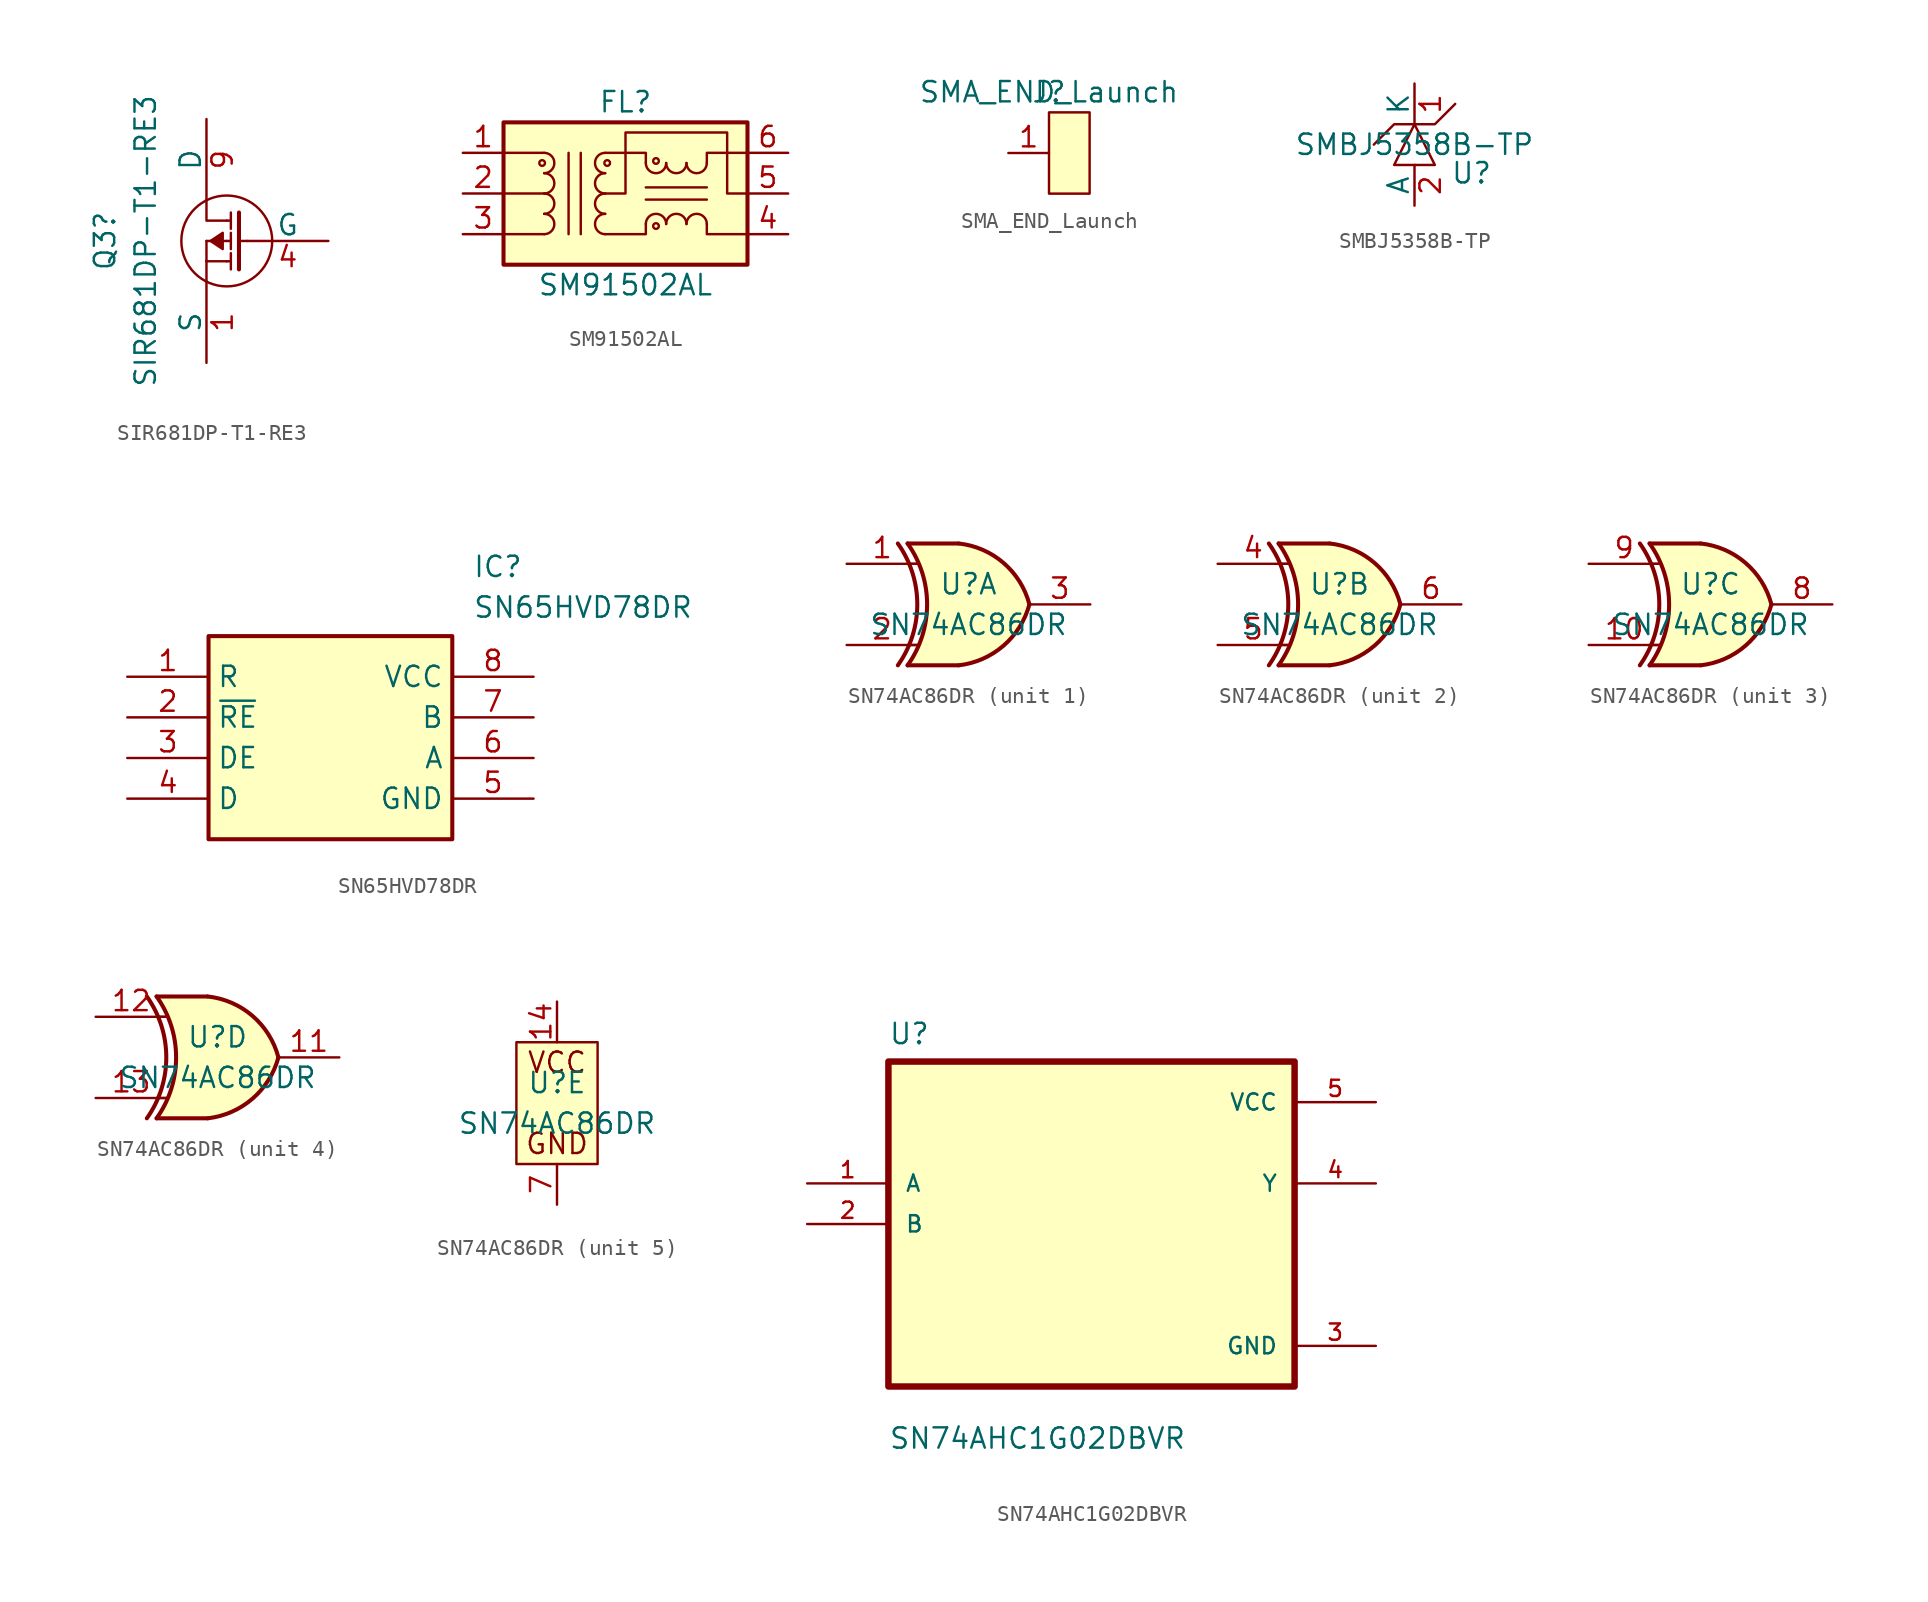
<source format=kicad_sym>
(kicad_symbol_lib
  (version 20231120)
  (generator "kicad_symbol_editor")
  (generator_version "8.0")
  (symbol "SIR681DP-T1-RE3"
    (pin_names
      (offset 0))
    (property "Reference" "Q3"
      (at -7.62 0 90)
      (effects (font (size 1.27 1.27))))
    (property "Value" "SIR681DP-T1-RE3"
      (at -5.08 0 90)
      (effects (font (size 1.27 1.27))))
    (symbol "SIR681DP-T1-RE3_0_1"
      (polyline (pts (xy -1.27 -1.27) (xy -1.27 -2.54)) (stroke (width 0) (type default)) (fill (type none)))
      (polyline (pts (xy -1.27 -1.27) (xy 0 -1.27)) (stroke (width 0) (type default)) (fill (type none)))
      (polyline (pts (xy -1.27 0) (xy -1.27 -1.27)) (stroke (width 0) (type default)) (fill (type none)))
      (polyline (pts (xy -1.27 0) (xy 0 0)) (stroke (width 0) (type default)) (fill (type none)))
      (polyline (pts (xy -1.27 2.54) (xy -1.27 1.27) (xy 0 1.27)) (stroke (width 0) (type default)) (fill (type none)))
      (circle (center 0 0) (radius 2.84) (stroke (width 0) (type default)) (fill (type none))))
    (symbol "SIR681DP-T1-RE3_1_1"
      (polyline (pts (xy 0 -1.27) (xy 0.254 -1.27)) (stroke (width 0) (type default)) (fill (type none)))
      (polyline (pts (xy 0 0) (xy 0.254 0)) (stroke (width 0) (type default)) (fill (type none)))
      (polyline (pts (xy 0 1.27) (xy 0.254 1.27)) (stroke (width 0) (type default)) (fill (type none)))
      (polyline (pts (xy 0.254 -1.778) (xy 0.254 -0.762)) (stroke (width 0) (type default)) (fill (type none)))
      (polyline (pts (xy 0.254 -0.508) (xy 0.254 0.508)) (stroke (width 0) (type default)) (fill (type none)))
      (polyline (pts (xy 0.254 0.762) (xy 0.254 1.778)) (stroke (width 0) (type default)) (fill (type none)))
      (polyline (pts (xy 0.762 0) (xy 1.27 0)) (stroke (width 0) (type default)) (fill (type none)))
      (polyline (pts (xy 0.762 1.778) (xy 0.762 -1.778)) (stroke (width 0.254) (type default)) (fill (type none)))
      (polyline (pts (xy -0.254 0.508) (xy -0.254 -0.508) (xy -1.016 0) (xy -0.254 0.508)) (stroke (width 0) (type default)) (fill (type outline)))
      (pin passive line (at -1.27 -7.62 90) (length 5.08) (name "S" (effects (font (size 1.27 1.27)))) (number "1" (effects (font (size 1.27 1.27)))))
      (pin passive line (at -1.27 -7.62 90) (length 5.08) hide (name "S" (effects (font (size 1.27 1.27)))) (number "2" (effects (font (size 1.27 1.27)))))
      (pin passive line (at -1.27 -7.62 90) (length 5.08) hide (name "S" (effects (font (size 1.27 1.27)))) (number "3" (effects (font (size 1.27 1.27)))))
      (pin passive line (at 6.35 0 180) (length 5.08) (name "G" (effects (font (size 1.27 1.27)))) (number "4" (effects (font (size 1.27 1.27)))))
      (pin passive line (at -1.27 7.62 270) (length 5.08) hide (name "D" (effects (font (size 1.27 1.27)))) (number "5" (effects (font (size 1.27 1.27)))))
      (pin passive line (at -1.27 7.62 270) (length 5.08) hide (name "D" (effects (font (size 1.27 1.27)))) (number "6" (effects (font (size 1.27 1.27)))))
      (pin passive line (at -1.27 7.62 270) (length 5.08) hide (name "D" (effects (font (size 1.27 1.27)))) (number "7" (effects (font (size 1.27 1.27)))))
      (pin passive line (at -1.27 7.62 270) (length 5.08) hide (name "D" (effects (font (size 1.27 1.27)))) (number "8" (effects (font (size 1.27 1.27)))))
      (pin passive line (at -1.27 7.62 270) (length 5.08) (name "D" (effects (font (size 1.27 1.27)))) (number "9" (effects (font (size 1.27 1.27)))))))
  (symbol "SM91502AL"
    (pin_names
      (offset 0.254) hide)
    (property "Reference" "FL"
      (at 0 5.715 0)
      (effects (font (size 1.27 1.27))))
    (property "Value" "SM91502AL"
      (at 0 -5.715 0)
      (effects (font (size 1.27 1.27))))
    (symbol "SM91502AL_1_1"
      (rectangle (start -7.62 4.445) (end 7.62 -4.445) (stroke (width 0.254) (type default)) (fill (type background)))
      (circle (center -5.207 1.905) (radius 0.178) (stroke (width 0) (type default)) (fill (type none)))
      (arc (start -5.08 -2.54) (mid -4.4477 -1.905) (end -5.08 -1.27) (stroke (width 0) (type default)) (fill (type none)))
      (arc (start -5.08 -1.27) (mid -4.4477 -0.635) (end -5.08 0) (stroke (width 0) (type default)) (fill (type none)))
      (arc (start -5.08 0) (mid -4.4477 0.635) (end -5.08 1.27) (stroke (width 0) (type default)) (fill (type none)))
      (arc (start -5.08 1.27) (mid -4.4477 1.905) (end -5.08 2.54) (stroke (width 0) (type default)) (fill (type none)))
      (arc (start -1.27 -1.27) (mid -1.9023 -1.905) (end -1.27 -2.54) (stroke (width 0) (type default)) (fill (type none)))
      (arc (start -1.27 0) (mid -1.9023 -0.635) (end -1.27 -1.27) (stroke (width 0) (type default)) (fill (type none)))
      (arc (start -1.27 1.27) (mid -1.9023 0.635) (end -1.27 0) (stroke (width 0) (type default)) (fill (type none)))
      (arc (start -1.27 2.54) (mid -1.9023 1.905) (end -1.27 1.27) (stroke (width 0) (type default)) (fill (type none)))
      (circle (center -1.143 1.905) (radius 0.178) (stroke (width 0) (type default)) (fill (type none)))
      (polyline (pts (xy -5.08 -2.54) (xy -7.62 -2.54)) (stroke (width 0) (type default)) (fill (type none)))
      (polyline (pts (xy -5.08 0) (xy -7.62 0)) (stroke (width 0) (type default)) (fill (type none)))
      (polyline (pts (xy -5.08 2.54) (xy -7.62 2.54)) (stroke (width 0) (type default)) (fill (type none)))
      (polyline (pts (xy -3.556 -2.54) (xy -3.556 2.54)) (stroke (width 0) (type default)) (fill (type none)))
      (polyline (pts (xy -2.794 2.54) (xy -2.794 -2.54)) (stroke (width 0) (type default)) (fill (type none)))
      (polyline (pts (xy 1.27 -0.381) (xy 5.08 -0.381)) (stroke (width 0) (type default)) (fill (type none)))
      (polyline (pts (xy 1.27 0.381) (xy 5.08 0.381)) (stroke (width 0) (type default)) (fill (type none)))
      (polyline (pts (xy -1.27 -2.54) (xy 1.27 -2.54) (xy 1.27 -1.905)) (stroke (width 0) (type default)) (fill (type none)))
      (polyline (pts (xy 1.27 1.905) (xy 1.27 2.54) (xy -1.27 2.54)) (stroke (width 0) (type default)) (fill (type none)))
      (polyline (pts (xy 5.08 -1.905) (xy 5.08 -2.54) (xy 7.62 -2.54)) (stroke (width 0) (type default)) (fill (type none)))
      (polyline (pts (xy 5.08 1.905) (xy 5.08 2.54) (xy 7.62 2.54)) (stroke (width 0) (type default)) (fill (type none)))
      (polyline (pts (xy -1.27 0) (xy 0 0) (xy 0 3.81) (xy 6.35 3.81) (xy 6.35 0) (xy 7.62 0)) (stroke (width 0) (type default)) (fill (type none)))
      (arc (start 1.27 1.905) (mid 1.905 1.2727) (end 2.54 1.905) (stroke (width 0) (type default)) (fill (type none)))
      (circle (center 1.905 -2.032) (radius 0.178) (stroke (width 0) (type default)) (fill (type none)))
      (circle (center 1.905 2.032) (radius 0.178) (stroke (width 0) (type default)) (fill (type none)))
      (arc (start 2.54 -1.905) (mid 1.905 -1.2727) (end 1.27 -1.905) (stroke (width 0) (type default)) (fill (type none)))
      (arc (start 2.54 1.905) (mid 3.175 1.2727) (end 3.81 1.905) (stroke (width 0) (type default)) (fill (type none)))
      (arc (start 3.81 -1.905) (mid 3.175 -1.2727) (end 2.54 -1.905) (stroke (width 0) (type default)) (fill (type none)))
      (arc (start 3.81 1.905) (mid 4.445 1.2727) (end 5.08 1.905) (stroke (width 0) (type default)) (fill (type none)))
      (arc (start 5.08 -1.905) (mid 4.445 -1.2727) (end 3.81 -1.905) (stroke (width 0) (type default)) (fill (type none)))
      (pin passive line (at -10.16 2.54 0) (length 2.54) (name "1" (effects (font (size 1.27 1.27)))) (number "1" (effects (font (size 1.27 1.27)))))
      (pin passive line (at -10.16 0 0) (length 2.54) (name "2" (effects (font (size 1.27 1.27)))) (number "2" (effects (font (size 1.27 1.27)))))
      (pin passive line (at -10.16 -2.54 0) (length 2.54) (name "3" (effects (font (size 1.27 1.27)))) (number "3" (effects (font (size 1.27 1.27)))))
      (pin passive line (at 10.16 -2.54 180) (length 2.54) (name "4" (effects (font (size 1.27 1.27)))) (number "4" (effects (font (size 1.27 1.27)))))
      (pin passive line (at 10.16 0 180) (length 2.54) (name "5" (effects (font (size 1.27 1.27)))) (number "5" (effects (font (size 1.27 1.27)))))
      (pin passive line (at 10.16 2.54 180) (length 2.54) (name "6" (effects (font (size 1.27 1.27)))) (number "6" (effects (font (size 1.27 1.27)))))))
  (symbol "SMA_END_Launch"
    (pin_names
      (offset 1.016))
    (property "Reference" "J"
      (at 0 0 0)
      (effects (font (size 1.27 1.27))))
    (property "Value" "SMA_END_Launch"
      (at 0 0 0)
      (effects (font (size 1.27 1.27))))
    (symbol "SMA_END_Launch_0_1"
      (rectangle (start 0 -1.27) (end 2.54 -6.35) (stroke (width 0) (type default)) (fill (type background))))
    (symbol "SMA_END_Launch_1_1"
      (pin input line (at -2.54 -3.81 0) (length 2.54) (name "~" (effects (font (size 1.27 1.27)))) (number "1" (effects (font (size 1.27 1.27)))))))
  (symbol "SMBJ5358B-TP"
    (pin_names
      (offset 0))
    (property "Reference" "U"
      (at 3.556 -1.778 0)
      (effects (font (size 1.27 1.27))))
    (property "Value" "SMBJ5358B-TP"
      (at 0 0 0)
      (effects (font (size 1.27 1.27))))
    (symbol "SMBJ5358B-TP_0_1"
      (polyline (pts (xy -2.54 0) (xy -1.27 1.27) (xy 1.27 1.27) (xy 2.54 2.54)) (stroke (width 0) (type default)) (fill (type none)))
      (polyline (pts (xy -1.27 -1.27) (xy 1.27 -1.27) (xy 0 1.27) (xy -1.27 -1.27)) (stroke (width 0) (type default)) (fill (type none))))
    (symbol "SMBJ5358B-TP_1_1"
      (pin passive line (at 0 3.81 270) (length 2.54) (name "K" (effects (font (size 1.27 1.27)))) (number "1" (effects (font (size 1.27 1.27)))))
      (pin passive line (at 0 -3.81 90) (length 2.54) (name "A" (effects (font (size 1.27 1.27)))) (number "2" (effects (font (size 1.27 1.27)))))))
  (symbol "SN65HVD78DR"
    (property "Reference" "IC"
      (at 21.59 7.62 0)
      (effects (font (size 1.27 1.27)) (justify left top)))
    (property "Value" "SN65HVD78DR"
      (at 21.59 5.08 0)
      (effects (font (size 1.27 1.27)) (justify left top)))
    (symbol "SN65HVD78DR_1_1"
      (rectangle (start 5.08 2.54) (end 20.32 -10.16) (stroke (width 0.254) (type default)) (fill (type background)))
      (pin passive line (at 0 0 0) (length 5.08) (name "R" (effects (font (size 1.27 1.27)))) (number "1" (effects (font (size 1.27 1.27)))))
      (pin passive line (at 0 -2.54 0) (length 5.08) (name "~{RE}" (effects (font (size 1.27 1.27)))) (number "2" (effects (font (size 1.27 1.27)))))
      (pin passive line (at 0 -5.08 0) (length 5.08) (name "DE" (effects (font (size 1.27 1.27)))) (number "3" (effects (font (size 1.27 1.27)))))
      (pin passive line (at 0 -7.62 0) (length 5.08) (name "D" (effects (font (size 1.27 1.27)))) (number "4" (effects (font (size 1.27 1.27)))))
      (pin passive line (at 25.4 -7.62 180) (length 5.08) (name "GND" (effects (font (size 1.27 1.27)))) (number "5" (effects (font (size 1.27 1.27)))))
      (pin passive line (at 25.4 -5.08 180) (length 5.08) (name "A" (effects (font (size 1.27 1.27)))) (number "6" (effects (font (size 1.27 1.27)))))
      (pin passive line (at 25.4 -2.54 180) (length 5.08) (name "B" (effects (font (size 1.27 1.27)))) (number "7" (effects (font (size 1.27 1.27)))))
      (pin passive line (at 25.4 0 180) (length 5.08) (name "VCC" (effects (font (size 1.27 1.27)))) (number "8" (effects (font (size 1.27 1.27)))))))
  (symbol "SN74AC86DR"
    (pin_names
      (offset 1.016) hide)
    (property "Reference" "U"
      (at 0 1.27 0)
      (effects (font (size 1.27 1.27))))
    (property "Value" "SN74AC86DR"
      (at 0 -1.27 0)
      (effects (font (size 1.27 1.27))))
    (property "ki_locked" ""
      (at 0 0 0)
      (effects (font (size 1.27 1.27))))
    (symbol "SN74AC86DR_1_0"
      (arc (start -4.4196 -3.81) (mid -3.2033 0) (end -4.4196 3.81) (stroke (width 0.254) (type default)) (fill (type none)))
      (arc (start -3.81 -3.81) (mid -2.589 0) (end -3.81 3.81) (stroke (width 0.254) (type default)) (fill (type none)))
      (arc (start -0.6096 -3.81) (mid 2.1842 -2.5851) (end 3.81 0) (stroke (width 0.254) (type default)) (fill (type background)))
      (polyline (pts (xy -3.81 -3.81) (xy -0.635 -3.81)) (stroke (width 0.254) (type default)) (fill (type background)))
      (polyline (pts (xy -3.81 3.81) (xy -0.635 3.81)) (stroke (width 0.254) (type default)) (fill (type background)))
      (polyline (pts (xy -0.635 3.81) (xy -3.81 3.81) (xy -3.81 3.81) (xy -3.556 3.404) (xy -3.023 2.261) (xy -2.692 1.041) (xy -2.616 -0.254) (xy -2.769 -1.499) (xy -3.175 -2.718) (xy -3.81 -3.81) (xy -3.81 -3.81) (xy -0.635 -3.81)) (stroke (width -25.4) (type default)) (fill (type background)))
      (arc (start 3.81 0) (mid 2.1915 2.5936) (end -0.6096 3.81) (stroke (width 0.254) (type default)) (fill (type background)))
      (pin input line (at -7.62 2.54 0) (length 4.445) (name "1A" (effects (font (size 1.27 1.27)))) (number "1" (effects (font (size 1.27 1.27)))))
      (pin input line (at -7.62 -2.54 0) (length 4.445) (name "1B" (effects (font (size 1.27 1.27)))) (number "2" (effects (font (size 1.27 1.27)))))
      (pin output line (at 7.62 0 180) (length 3.81) (name "1Y" (effects (font (size 1.27 1.27)))) (number "3" (effects (font (size 1.27 1.27))))))
    (symbol "SN74AC86DR_1_1"
      (polyline (pts (xy -3.81 -2.54) (xy -3.175 -2.54)) (stroke (width 0.152) (type default)) (fill (type none)))
      (polyline (pts (xy -3.81 2.54) (xy -3.175 2.54)) (stroke (width 0.152) (type default)) (fill (type none))))
    (symbol "SN74AC86DR_2_0"
      (arc (start -4.4196 -3.81) (mid -3.2033 0) (end -4.4196 3.81) (stroke (width 0.254) (type default)) (fill (type none)))
      (arc (start -3.81 -3.81) (mid -2.589 0) (end -3.81 3.81) (stroke (width 0.254) (type default)) (fill (type none)))
      (arc (start -0.6096 -3.81) (mid 2.1842 -2.5851) (end 3.81 0) (stroke (width 0.254) (type default)) (fill (type background)))
      (polyline (pts (xy -3.81 -3.81) (xy -0.635 -3.81)) (stroke (width 0.254) (type default)) (fill (type background)))
      (polyline (pts (xy -3.81 3.81) (xy -0.635 3.81)) (stroke (width 0.254) (type default)) (fill (type background)))
      (polyline (pts (xy -0.635 3.81) (xy -3.81 3.81) (xy -3.81 3.81) (xy -3.556 3.404) (xy -3.023 2.261) (xy -2.692 1.041) (xy -2.616 -0.254) (xy -2.769 -1.499) (xy -3.175 -2.718) (xy -3.81 -3.81) (xy -3.81 -3.81) (xy -0.635 -3.81)) (stroke (width -25.4) (type default)) (fill (type background)))
      (arc (start 3.81 0) (mid 2.1915 2.5936) (end -0.6096 3.81) (stroke (width 0.254) (type default)) (fill (type background)))
      (pin input line (at -7.62 2.54 0) (length 4.445) (name "2A" (effects (font (size 1.27 1.27)))) (number "4" (effects (font (size 1.27 1.27)))))
      (pin input line (at -7.62 -2.54 0) (length 4.445) (name "2B" (effects (font (size 1.27 1.27)))) (number "5" (effects (font (size 1.27 1.27)))))
      (pin output line (at 7.62 0 180) (length 3.81) (name "2Y" (effects (font (size 1.27 1.27)))) (number "6" (effects (font (size 1.27 1.27))))))
    (symbol "SN74AC86DR_2_1"
      (polyline (pts (xy -3.81 -2.54) (xy -3.175 -2.54)) (stroke (width 0.152) (type default)) (fill (type none)))
      (polyline (pts (xy -3.81 2.54) (xy -3.175 2.54)) (stroke (width 0.152) (type default)) (fill (type none))))
    (symbol "SN74AC86DR_3_1"
      (arc (start -4.4196 -3.81) (mid -3.2033 0) (end -4.4196 3.81) (stroke (width 0.254) (type default)) (fill (type none)))
      (arc (start -3.81 -3.81) (mid -2.589 0) (end -3.81 3.81) (stroke (width 0.254) (type default)) (fill (type none)))
      (arc (start -0.6096 -3.81) (mid 2.1842 -2.5851) (end 3.81 0) (stroke (width 0.254) (type default)) (fill (type background)))
      (polyline (pts (xy -3.81 -3.81) (xy -0.635 -3.81)) (stroke (width 0.254) (type default)) (fill (type background)))
      (polyline (pts (xy -3.81 -2.54) (xy -3.175 -2.54)) (stroke (width 0.152) (type default)) (fill (type none)))
      (polyline (pts (xy -3.81 2.54) (xy -3.175 2.54)) (stroke (width 0.152) (type default)) (fill (type none)))
      (polyline (pts (xy -3.81 3.81) (xy -0.635 3.81)) (stroke (width 0.254) (type default)) (fill (type background)))
      (polyline (pts (xy -0.635 3.81) (xy -3.81 3.81) (xy -3.81 3.81) (xy -3.556 3.404) (xy -3.023 2.261) (xy -2.692 1.041) (xy -2.616 -0.254) (xy -2.769 -1.499) (xy -3.175 -2.718) (xy -3.81 -3.81) (xy -3.81 -3.81) (xy -0.635 -3.81)) (stroke (width -25.4) (type default)) (fill (type background)))
      (arc (start 3.81 0) (mid 2.1915 2.5936) (end -0.6096 3.81) (stroke (width 0.254) (type default)) (fill (type background)))
      (pin input line (at -7.62 -2.54 0) (length 4.445) (name "3B" (effects (font (size 1.27 1.27)))) (number "10" (effects (font (size 1.27 1.27)))))
      (pin output line (at 7.62 0 180) (length 3.81) (name "3Y" (effects (font (size 1.27 1.27)))) (number "8" (effects (font (size 1.27 1.27)))))
      (pin input line (at -7.62 2.54 0) (length 4.445) (name "3A" (effects (font (size 1.27 1.27)))) (number "9" (effects (font (size 1.27 1.27))))))
    (symbol "SN74AC86DR_4_0"
      (arc (start -4.4196 -3.81) (mid -3.2033 0) (end -4.4196 3.81) (stroke (width 0.254) (type default)) (fill (type none)))
      (arc (start -3.81 -3.81) (mid -2.589 0) (end -3.81 3.81) (stroke (width 0.254) (type default)) (fill (type none)))
      (arc (start -0.6096 -3.81) (mid 2.1842 -2.5851) (end 3.81 0) (stroke (width 0.254) (type default)) (fill (type background)))
      (polyline (pts (xy -3.81 -3.81) (xy -0.635 -3.81)) (stroke (width 0.254) (type default)) (fill (type background)))
      (polyline (pts (xy -3.81 3.81) (xy -0.635 3.81)) (stroke (width 0.254) (type default)) (fill (type background)))
      (polyline (pts (xy -0.635 3.81) (xy -3.81 3.81) (xy -3.81 3.81) (xy -3.556 3.404) (xy -3.023 2.261) (xy -2.692 1.041) (xy -2.616 -0.254) (xy -2.769 -1.499) (xy -3.175 -2.718) (xy -3.81 -3.81) (xy -3.81 -3.81) (xy -0.635 -3.81)) (stroke (width -25.4) (type default)) (fill (type background)))
      (arc (start 3.81 0) (mid 2.1915 2.5936) (end -0.6096 3.81) (stroke (width 0.254) (type default)) (fill (type background)))
      (pin output line (at 7.62 0 180) (length 3.81) (name "4Y" (effects (font (size 1.27 1.27)))) (number "11" (effects (font (size 1.27 1.27)))))
      (pin input line (at -7.62 2.54 0) (length 4.445) (name "4A" (effects (font (size 1.27 1.27)))) (number "12" (effects (font (size 1.27 1.27)))))
      (pin input line (at -7.62 -2.54 0) (length 4.445) (name "4B" (effects (font (size 1.27 1.27)))) (number "13" (effects (font (size 1.27 1.27))))))
    (symbol "SN74AC86DR_4_1"
      (polyline (pts (xy -3.81 -2.54) (xy -3.175 -2.54)) (stroke (width 0.152) (type default)) (fill (type none)))
      (polyline (pts (xy -3.81 2.54) (xy -3.175 2.54)) (stroke (width 0.152) (type default)) (fill (type none))))
    (symbol "SN74AC86DR_5_1"
      (rectangle (start -2.54 3.81) (end 2.54 -3.81) (stroke (width 0) (type default)) (fill (type background)))
      (text "GND" (at 0 -2.54 0) (effects (font (size 1.27 1.27))))
      (text "VCC" (at 0 2.54 0) (effects (font (size 1.27 1.27))))
      (pin power_in line (at 0 6.35 270) (length 2.54) (name "VCC" (effects (font (size 1.27 1.27)))) (number "14" (effects (font (size 1.27 1.27)))))
      (pin power_in line (at 0 -6.35 90) (length 2.54) (name "GND" (effects (font (size 1.27 1.27)))) (number "7" (effects (font (size 1.27 1.27)))))))
  (symbol "SN74AHC1G02DBVR"
    (pin_names
      (offset 1.016))
    (property "Reference" "U"
      (at -12.7 11.151 0)
      (effects (font (size 1.27 1.27)) (justify left bottom)))
    (property "Value" "SN74AHC1G02DBVR"
      (at -12.7 -14.148 0)
      (effects (font (size 1.27 1.27)) (justify left bottom)))
    (symbol "SN74AHC1G02DBVR_0_0"
      (rectangle (start -12.7 -10.16) (end 12.7 10.16) (stroke (width 0.406) (type default)) (fill (type background)))
      (pin input line (at -17.78 2.54 0) (length 5.08) (name "A" (effects (font (size 1.016 1.016)))) (number "1" (effects (font (size 1.016 1.016)))))
      (pin input line (at -17.78 0 0) (length 5.08) (name "B" (effects (font (size 1.016 1.016)))) (number "2" (effects (font (size 1.016 1.016)))))
      (pin power_in line (at 17.78 -7.62 180) (length 5.08) (name "GND" (effects (font (size 1.016 1.016)))) (number "3" (effects (font (size 1.016 1.016)))))
      (pin output line (at 17.78 2.54 180) (length 5.08) (name "Y" (effects (font (size 1.016 1.016)))) (number "4" (effects (font (size 1.016 1.016)))))
      (pin power_in line (at 17.78 7.62 180) (length 5.08) (name "VCC" (effects (font (size 1.016 1.016)))) (number "5" (effects (font (size 1.016 1.016))))))))
</source>
